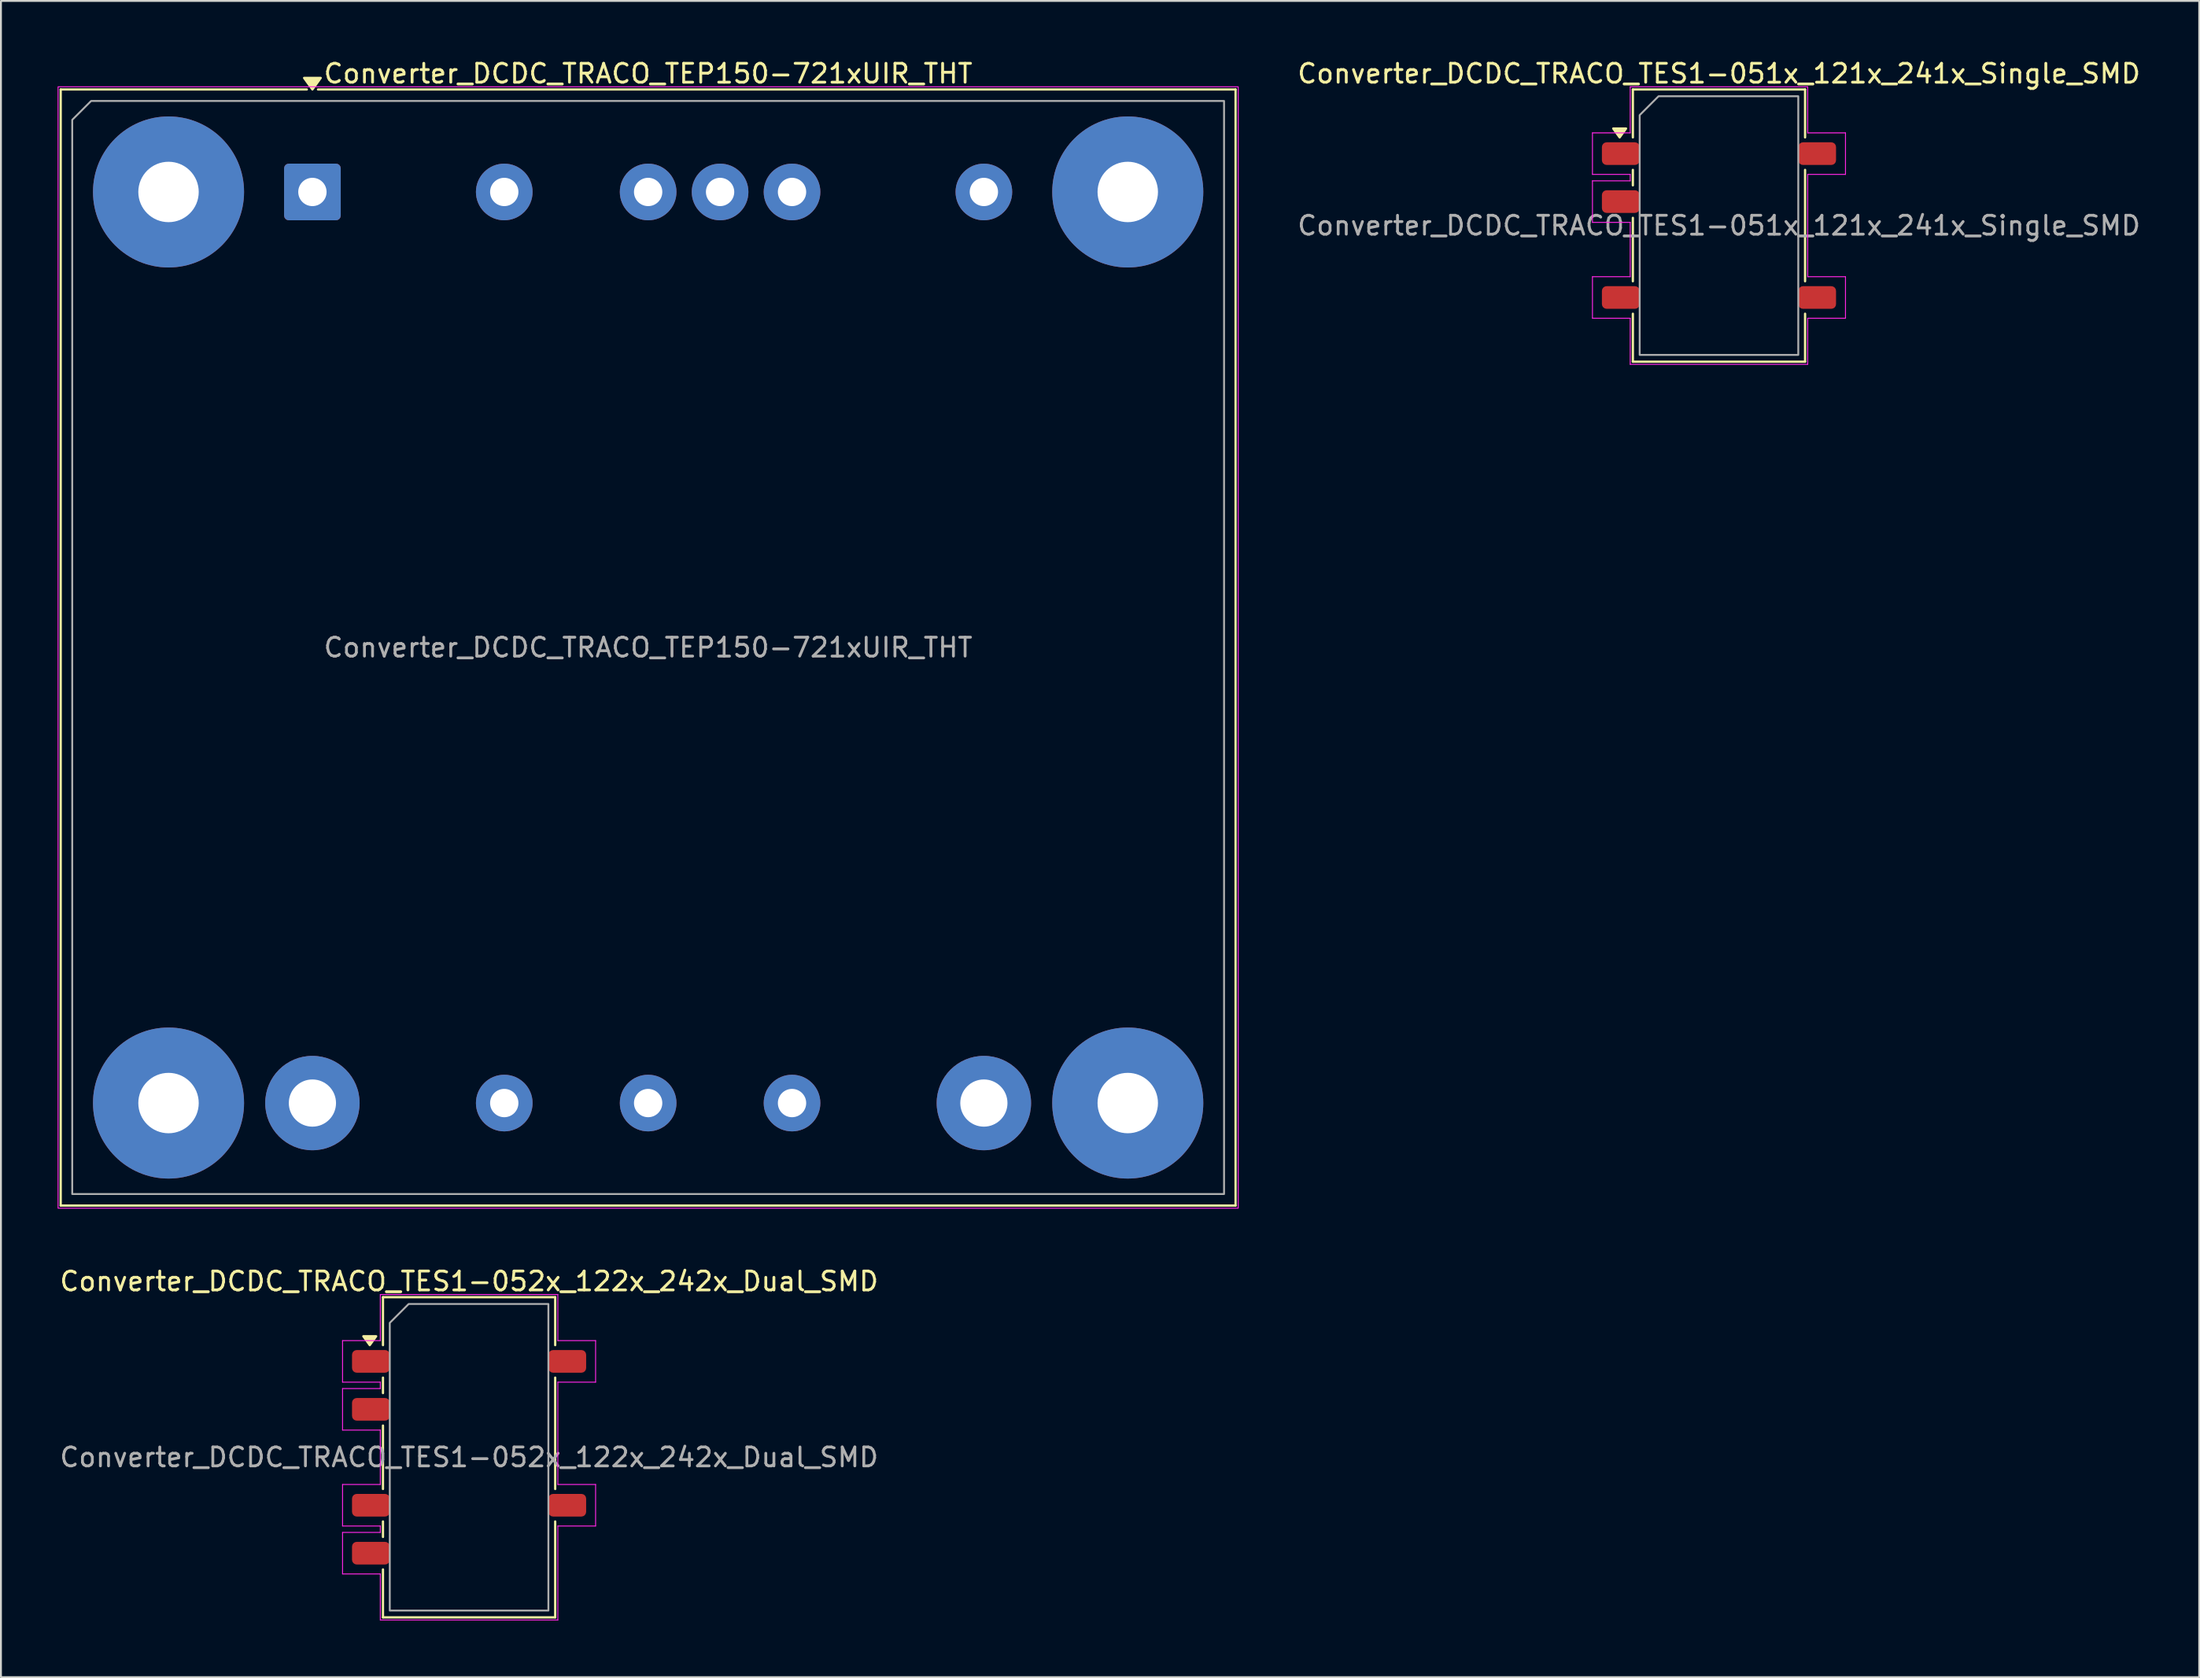
<source format=kicad_pcb>
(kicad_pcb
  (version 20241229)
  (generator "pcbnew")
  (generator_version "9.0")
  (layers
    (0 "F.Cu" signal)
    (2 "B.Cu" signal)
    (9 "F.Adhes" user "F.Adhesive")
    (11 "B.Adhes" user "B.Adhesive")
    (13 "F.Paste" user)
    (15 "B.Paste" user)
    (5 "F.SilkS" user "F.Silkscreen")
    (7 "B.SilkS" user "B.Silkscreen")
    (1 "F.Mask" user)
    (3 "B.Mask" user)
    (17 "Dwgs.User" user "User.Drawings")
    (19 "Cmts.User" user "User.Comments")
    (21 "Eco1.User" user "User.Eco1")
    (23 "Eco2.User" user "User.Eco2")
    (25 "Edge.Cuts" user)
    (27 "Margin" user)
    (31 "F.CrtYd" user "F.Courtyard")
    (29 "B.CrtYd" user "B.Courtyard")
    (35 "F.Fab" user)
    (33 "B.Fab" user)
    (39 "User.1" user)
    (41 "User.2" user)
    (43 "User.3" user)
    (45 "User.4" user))
  (footprint "Converter_DCDC_TRACO_TEP150-721xUIR_THT"
    (layer "F.Cu")
    (at 13.495 7.118)
    (property "Reference" "Converter_DCDC_TRACO_TEP150-721xUIR_THT" (at 17.78 -6.27 0) (layer "F.SilkS") (effects (font (size 1 1) (thickness 0.15))))
    (attr through_hole)
    (fp_line (start -13.33 -5.43) (end -0.296 -5.43) (stroke (width 0.12) (type solid)) (layer "F.SilkS"))
    (fp_line (start -13.33 53.69) (end -13.33 -5.43) (stroke (width 0.12) (type solid)) (layer "F.SilkS"))
    (fp_line (start 0.296 -5.43) (end 48.89 -5.43) (stroke (width 0.12) (type solid)) (layer "F.SilkS"))
    (fp_line (start 48.89 -5.43) (end 48.89 53.69) (stroke (width 0.12) (type solid)) (layer "F.SilkS"))
    (fp_line (start 48.89 53.69) (end -13.33 53.69) (stroke (width 0.12) (type solid)) (layer "F.SilkS"))
    (fp_poly (pts (xy 0 -5.43) (xy -0.44 -6.04) (xy 0.44 -6.04)) (stroke (width 0.12) (type solid)) (fill yes) (layer "F.SilkS"))
    (fp_rect (start -13.47 -5.57) (end 49.03 53.83) (stroke (width 0.05) (type solid)) (fill no) (layer "F.CrtYd"))
    (fp_poly (pts (xy -11.72 -4.82) (xy 48.28 -4.82) (xy 48.28 53.08) (xy -12.72 53.08) (xy -12.72 -3.82)) (stroke (width 0.1) (type solid)) (fill no) (layer "F.Fab"))
    (fp_text user "${REFERENCE}" (at 17.78 24.13 0) (layer "F.Fab") (effects (font (size 1 1) (thickness 0.15))))
    (pad "1" thru_hole roundrect (at 0 0) (size 3 3) (drill 1.5) (layers "*.Cu" "*.Mask") (roundrect_rratio 0.083))
    (pad "2" thru_hole circle (at 10.16 0) (size 3 3) (drill 1.5) (layers "*.Cu" "*.Mask"))
    (pad "3" thru_hole circle (at 25.4 0) (size 3 3) (drill 1.5) (layers "*.Cu" "*.Mask"))
    (pad "4" thru_hole circle (at 35.56 0) (size 3 3) (drill 1.5) (layers "*.Cu" "*.Mask"))
    (pad "5" thru_hole circle (at 0 48.26) (size 5 5) (drill 2.5) (layers "*.Cu" "*.Mask"))
    (pad "6" thru_hole circle (at 10.16 48.26) (size 3 3) (drill 1.5) (layers "*.Cu" "*.Mask"))
    (pad "7" thru_hole circle (at 17.78 48.26) (size 3 3) (drill 1.5) (layers "*.Cu" "*.Mask"))
    (pad "8" thru_hole circle (at 25.4 48.26) (size 3 3) (drill 1.5) (layers "*.Cu" "*.Mask"))
    (pad "9" thru_hole circle (at 35.56 48.26) (size 5 5) (drill 2.5) (layers "*.Cu" "*.Mask"))
    (pad "10" thru_hole circle (at 17.78 0) (size 3 3) (drill 1.5) (layers "*.Cu" "*.Mask"))
    (pad "11" thru_hole circle (at 21.59 0) (size 3 3) (drill 1.5) (layers "*.Cu" "*.Mask"))
    (pad "12" thru_hole circle (at -7.62 0) (size 8 8) (drill 3.2) (layers "*.Cu" "*.Mask"))
    (pad "12" thru_hole circle (at -7.62 48.26) (size 8 8) (drill 3.2) (layers "*.Cu" "*.Mask"))
    (pad "12" thru_hole circle (at 43.18 0) (size 8 8) (drill 3.2) (layers "*.Cu" "*.Mask"))
    (pad "12" thru_hole circle (at 43.18 48.26) (size 8 8) (drill 3.2) (layers "*.Cu" "*.Mask")))
  (footprint "Converter_DCDC_TRACO_TES1-051x_121x_241x_Single_SMD"
    (layer "F.Cu")
    (at 87.985 8.898)
    (property "Reference" "Converter_DCDC_TRACO_TES1-051x_121x_241x_Single_SMD" (at 0 -8.05 0) (layer "F.SilkS") (effects (font (size 1 1) (thickness 0.15))))
    (attr smd)
    (fp_line (start -4.56 -7.21) (end 4.56 -7.21) (stroke (width 0.12) (type solid)) (layer "F.SilkS"))
    (fp_line (start -4.56 -4.67) (end -4.56 -7.21) (stroke (width 0.12) (type solid)) (layer "F.SilkS"))
    (fp_line (start -4.56 -2.13) (end -4.56 -2.95) (stroke (width 0.12) (type solid)) (layer "F.SilkS"))
    (fp_line (start -4.56 2.95) (end -4.56 -0.41) (stroke (width 0.12) (type solid)) (layer "F.SilkS"))
    (fp_line (start -4.56 7.21) (end -4.56 4.67) (stroke (width 0.12) (type solid)) (layer "F.SilkS"))
    (fp_line (start 4.56 -7.21) (end 4.56 -4.67) (stroke (width 0.12) (type solid)) (layer "F.SilkS"))
    (fp_line (start 4.56 -2.95) (end 4.56 2.95) (stroke (width 0.12) (type solid)) (layer "F.SilkS"))
    (fp_line (start 4.56 4.67) (end 4.56 7.21) (stroke (width 0.12) (type solid)) (layer "F.SilkS"))
    (fp_line (start 4.56 7.21) (end -4.56 7.21) (stroke (width 0.12) (type solid)) (layer "F.SilkS"))
    (fp_poly (pts (xy -5.26 -4.67) (xy -5.6 -5.14) (xy -4.92 -5.14)) (stroke (width 0.12) (type solid)) (fill yes) (layer "F.SilkS"))
    (fp_line (start -6.7 -4.91) (end -4.7 -4.91) (stroke (width 0.05) (type solid)) (layer "F.CrtYd"))
    (fp_line (start -6.7 -2.71) (end -6.7 -4.91) (stroke (width 0.05) (type solid)) (layer "F.CrtYd"))
    (fp_line (start -6.7 -2.37) (end -4.7 -2.37) (stroke (width 0.05) (type solid)) (layer "F.CrtYd"))
    (fp_line (start -6.7 -0.17) (end -6.7 -2.37) (stroke (width 0.05) (type solid)) (layer "F.CrtYd"))
    (fp_line (start -6.7 2.71) (end -4.7 2.71) (stroke (width 0.05) (type solid)) (layer "F.CrtYd"))
    (fp_line (start -6.7 4.91) (end -6.7 2.71) (stroke (width 0.05) (type solid)) (layer "F.CrtYd"))
    (fp_line (start -4.7 -7.35) (end 4.7 -7.35) (stroke (width 0.05) (type solid)) (layer "F.CrtYd"))
    (fp_line (start -4.7 -4.91) (end -4.7 -7.35) (stroke (width 0.05) (type solid)) (layer "F.CrtYd"))
    (fp_line (start -4.7 -2.71) (end -6.7 -2.71) (stroke (width 0.05) (type solid)) (layer "F.CrtYd"))
    (fp_line (start -4.7 -2.37) (end -4.7 -2.71) (stroke (width 0.05) (type solid)) (layer "F.CrtYd"))
    (fp_line (start -4.7 -0.17) (end -6.7 -0.17) (stroke (width 0.05) (type solid)) (layer "F.CrtYd"))
    (fp_line (start -4.7 2.71) (end -4.7 -0.17) (stroke (width 0.05) (type solid)) (layer "F.CrtYd"))
    (fp_line (start -4.7 4.91) (end -6.7 4.91) (stroke (width 0.05) (type solid)) (layer "F.CrtYd"))
    (fp_line (start -4.7 7.35) (end -4.7 4.91) (stroke (width 0.05) (type solid)) (layer "F.CrtYd"))
    (fp_line (start 4.7 -7.35) (end 4.7 -4.91) (stroke (width 0.05) (type solid)) (layer "F.CrtYd"))
    (fp_line (start 4.7 -4.91) (end 6.7 -4.91) (stroke (width 0.05) (type solid)) (layer "F.CrtYd"))
    (fp_line (start 4.7 -2.71) (end 4.7 2.71) (stroke (width 0.05) (type solid)) (layer "F.CrtYd"))
    (fp_line (start 4.7 2.71) (end 6.7 2.71) (stroke (width 0.05) (type solid)) (layer "F.CrtYd"))
    (fp_line (start 4.7 4.91) (end 4.7 7.35) (stroke (width 0.05) (type solid)) (layer "F.CrtYd"))
    (fp_line (start 4.7 7.35) (end -4.7 7.35) (stroke (width 0.05) (type solid)) (layer "F.CrtYd"))
    (fp_line (start 6.7 -4.91) (end 6.7 -2.71) (stroke (width 0.05) (type solid)) (layer "F.CrtYd"))
    (fp_line (start 6.7 -2.71) (end 4.7 -2.71) (stroke (width 0.05) (type solid)) (layer "F.CrtYd"))
    (fp_line (start 6.7 2.71) (end 6.7 4.91) (stroke (width 0.05) (type solid)) (layer "F.CrtYd"))
    (fp_line (start 6.7 4.91) (end 4.7 4.91) (stroke (width 0.05) (type solid)) (layer "F.CrtYd"))
    (fp_poly (pts (xy -3.2 -6.85) (xy 4.2 -6.85) (xy 4.2 6.85) (xy -4.2 6.85) (xy -4.2 -5.85)) (stroke (width 0.1) (type solid)) (fill no) (layer "F.Fab"))
    (fp_text user "${REFERENCE}" (at 0 0 0) (layer "F.Fab") (effects (font (size 1 1) (thickness 0.15))))
    (pad "1" smd roundrect (at -5.2 -3.81) (size 2 1.2) (layers "F.Cu" "F.Mask" "F.Paste") (roundrect_rratio 0.208))
    (pad "2" smd roundrect (at -5.2 -1.27) (size 2 1.2) (layers "F.Cu" "F.Mask" "F.Paste") (roundrect_rratio 0.208))
    (pad "4" smd roundrect (at -5.2 3.81) (size 2 1.2) (layers "F.Cu" "F.Mask" "F.Paste") (roundrect_rratio 0.208))
    (pad "5" smd roundrect (at 5.2 3.81) (size 2 1.2) (layers "F.Cu" "F.Mask" "F.Paste") (roundrect_rratio 0.208))
    (pad "8" smd roundrect (at 5.2 -3.81) (size 2 1.2) (layers "F.Cu" "F.Mask" "F.Paste") (roundrect_rratio 0.208)))
  (footprint "Converter_DCDC_TRACO_TES1-052x_122x_242x_Dual_SMD"
    (layer "F.Cu")
    (at 21.792 74.141)
    (property "Reference" "Converter_DCDC_TRACO_TES1-052x_122x_242x_Dual_SMD" (at 0 -9.32 0) (layer "F.SilkS") (effects (font (size 1 1) (thickness 0.15))))
    (attr smd)
    (fp_line (start -4.56 -8.48) (end 4.56 -8.48) (stroke (width 0.12) (type solid)) (layer "F.SilkS"))
    (fp_line (start -4.56 -5.94) (end -4.56 -8.48) (stroke (width 0.12) (type solid)) (layer "F.SilkS"))
    (fp_line (start -4.56 -3.4) (end -4.56 -4.22) (stroke (width 0.12) (type solid)) (layer "F.SilkS"))
    (fp_line (start -4.56 1.68) (end -4.56 -1.68) (stroke (width 0.12) (type solid)) (layer "F.SilkS"))
    (fp_line (start -4.56 4.22) (end -4.56 3.4) (stroke (width 0.12) (type solid)) (layer "F.SilkS"))
    (fp_line (start -4.56 8.48) (end -4.56 5.94) (stroke (width 0.12) (type solid)) (layer "F.SilkS"))
    (fp_line (start 4.56 -8.48) (end 4.56 -5.94) (stroke (width 0.12) (type solid)) (layer "F.SilkS"))
    (fp_line (start 4.56 -4.22) (end 4.56 1.68) (stroke (width 0.12) (type solid)) (layer "F.SilkS"))
    (fp_line (start 4.56 3.4) (end 4.56 8.48) (stroke (width 0.12) (type solid)) (layer "F.SilkS"))
    (fp_line (start 4.56 8.48) (end -4.56 8.48) (stroke (width 0.12) (type solid)) (layer "F.SilkS"))
    (fp_poly (pts (xy -5.26 -5.94) (xy -5.6 -6.41) (xy -4.92 -6.41)) (stroke (width 0.12) (type solid)) (fill yes) (layer "F.SilkS"))
    (fp_line (start -6.7 -6.18) (end -4.7 -6.18) (stroke (width 0.05) (type solid)) (layer "F.CrtYd"))
    (fp_line (start -6.7 -3.98) (end -6.7 -6.18) (stroke (width 0.05) (type solid)) (layer "F.CrtYd"))
    (fp_line (start -6.7 -3.64) (end -4.7 -3.64) (stroke (width 0.05) (type solid)) (layer "F.CrtYd"))
    (fp_line (start -6.7 -1.44) (end -6.7 -3.64) (stroke (width 0.05) (type solid)) (layer "F.CrtYd"))
    (fp_line (start -6.7 1.44) (end -4.7 1.44) (stroke (width 0.05) (type solid)) (layer "F.CrtYd"))
    (fp_line (start -6.7 3.64) (end -6.7 1.44) (stroke (width 0.05) (type solid)) (layer "F.CrtYd"))
    (fp_line (start -6.7 3.98) (end -4.7 3.98) (stroke (width 0.05) (type solid)) (layer "F.CrtYd"))
    (fp_line (start -6.7 6.18) (end -6.7 3.98) (stroke (width 0.05) (type solid)) (layer "F.CrtYd"))
    (fp_line (start -4.7 -8.62) (end 4.7 -8.62) (stroke (width 0.05) (type solid)) (layer "F.CrtYd"))
    (fp_line (start -4.7 -6.18) (end -4.7 -8.62) (stroke (width 0.05) (type solid)) (layer "F.CrtYd"))
    (fp_line (start -4.7 -3.98) (end -6.7 -3.98) (stroke (width 0.05) (type solid)) (layer "F.CrtYd"))
    (fp_line (start -4.7 -3.64) (end -4.7 -3.98) (stroke (width 0.05) (type solid)) (layer "F.CrtYd"))
    (fp_line (start -4.7 -1.44) (end -6.7 -1.44) (stroke (width 0.05) (type solid)) (layer "F.CrtYd"))
    (fp_line (start -4.7 1.44) (end -4.7 -1.44) (stroke (width 0.05) (type solid)) (layer "F.CrtYd"))
    (fp_line (start -4.7 3.64) (end -6.7 3.64) (stroke (width 0.05) (type solid)) (layer "F.CrtYd"))
    (fp_line (start -4.7 3.98) (end -4.7 3.64) (stroke (width 0.05) (type solid)) (layer "F.CrtYd"))
    (fp_line (start -4.7 6.18) (end -6.7 6.18) (stroke (width 0.05) (type solid)) (layer "F.CrtYd"))
    (fp_line (start -4.7 8.62) (end -4.7 6.18) (stroke (width 0.05) (type solid)) (layer "F.CrtYd"))
    (fp_line (start 4.7 -8.62) (end 4.7 -6.18) (stroke (width 0.05) (type solid)) (layer "F.CrtYd"))
    (fp_line (start 4.7 -6.18) (end 6.7 -6.18) (stroke (width 0.05) (type solid)) (layer "F.CrtYd"))
    (fp_line (start 4.7 -3.98) (end 4.7 1.44) (stroke (width 0.05) (type solid)) (layer "F.CrtYd"))
    (fp_line (start 4.7 1.44) (end 6.7 1.44) (stroke (width 0.05) (type solid)) (layer "F.CrtYd"))
    (fp_line (start 4.7 3.64) (end 4.7 8.62) (stroke (width 0.05) (type solid)) (layer "F.CrtYd"))
    (fp_line (start 4.7 8.62) (end -4.7 8.62) (stroke (width 0.05) (type solid)) (layer "F.CrtYd"))
    (fp_line (start 6.7 -6.18) (end 6.7 -3.98) (stroke (width 0.05) (type solid)) (layer "F.CrtYd"))
    (fp_line (start 6.7 -3.98) (end 4.7 -3.98) (stroke (width 0.05) (type solid)) (layer "F.CrtYd"))
    (fp_line (start 6.7 1.44) (end 6.7 3.64) (stroke (width 0.05) (type solid)) (layer "F.CrtYd"))
    (fp_line (start 6.7 3.64) (end 4.7 3.64) (stroke (width 0.05) (type solid)) (layer "F.CrtYd"))
    (fp_poly (pts (xy -3.2 -8.12) (xy 4.2 -8.12) (xy 4.2 8.12) (xy -4.2 8.12) (xy -4.2 -7.12)) (stroke (width 0.1) (type solid)) (fill no) (layer "F.Fab"))
    (fp_text user "${REFERENCE}" (at 0 0 0) (layer "F.Fab") (effects (font (size 1 1) (thickness 0.15))))
    (pad "1" smd roundrect (at -5.2 -5.08) (size 2 1.2) (layers "F.Cu" "F.Mask" "F.Paste") (roundrect_rratio 0.208))
    (pad "2" smd roundrect (at -5.2 -2.54) (size 2 1.2) (layers "F.Cu" "F.Mask" "F.Paste") (roundrect_rratio 0.208))
    (pad "4" smd roundrect (at -5.2 2.54) (size 2 1.2) (layers "F.Cu" "F.Mask" "F.Paste") (roundrect_rratio 0.208))
    (pad "5" smd roundrect (at -5.2 5.08) (size 2 1.2) (layers "F.Cu" "F.Mask" "F.Paste") (roundrect_rratio 0.208))
    (pad "7" smd roundrect (at 5.2 2.54) (size 2 1.2) (layers "F.Cu" "F.Mask" "F.Paste") (roundrect_rratio 0.208))
    (pad "10" smd roundrect (at 5.2 -5.08) (size 2 1.2) (layers "F.Cu" "F.Mask" "F.Paste") (roundrect_rratio 0.208)))
  (gr_rect
    (start -3 -3)
    (end 113.419 85.787)
    (stroke (width 0.1) (type default))
    (fill no)
    (layer "Edge.Cuts")))
</source>
